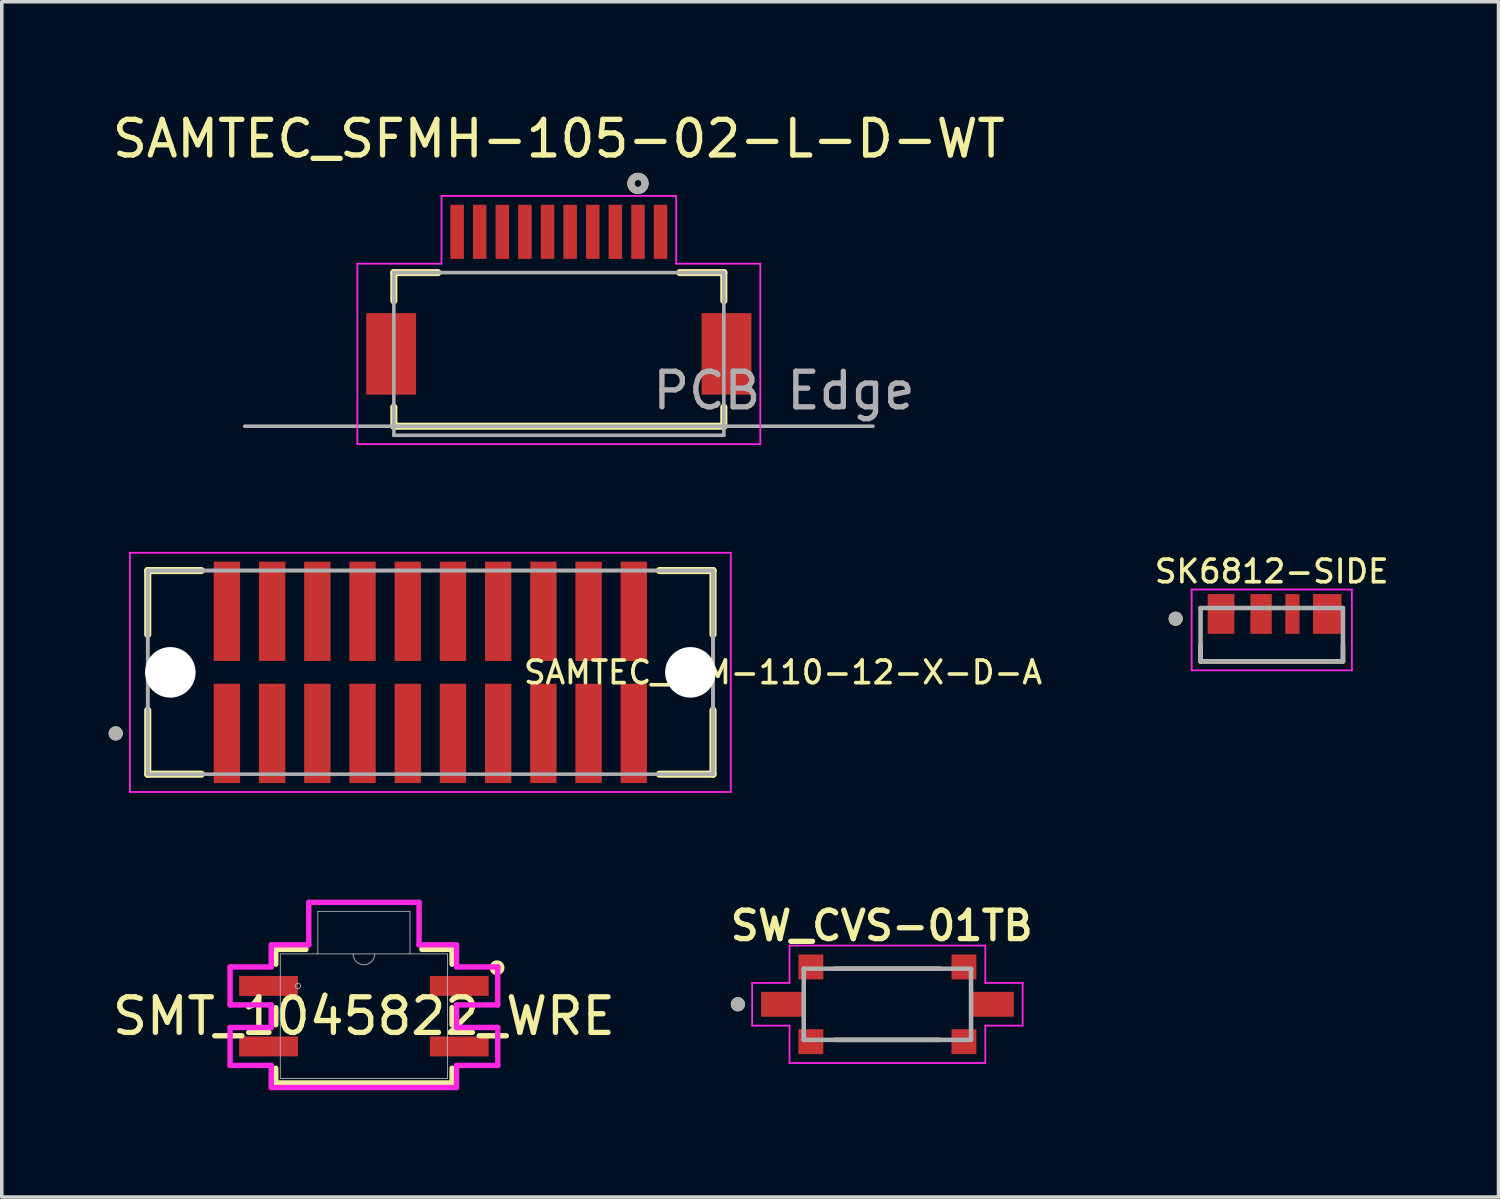
<source format=kicad_pcb>
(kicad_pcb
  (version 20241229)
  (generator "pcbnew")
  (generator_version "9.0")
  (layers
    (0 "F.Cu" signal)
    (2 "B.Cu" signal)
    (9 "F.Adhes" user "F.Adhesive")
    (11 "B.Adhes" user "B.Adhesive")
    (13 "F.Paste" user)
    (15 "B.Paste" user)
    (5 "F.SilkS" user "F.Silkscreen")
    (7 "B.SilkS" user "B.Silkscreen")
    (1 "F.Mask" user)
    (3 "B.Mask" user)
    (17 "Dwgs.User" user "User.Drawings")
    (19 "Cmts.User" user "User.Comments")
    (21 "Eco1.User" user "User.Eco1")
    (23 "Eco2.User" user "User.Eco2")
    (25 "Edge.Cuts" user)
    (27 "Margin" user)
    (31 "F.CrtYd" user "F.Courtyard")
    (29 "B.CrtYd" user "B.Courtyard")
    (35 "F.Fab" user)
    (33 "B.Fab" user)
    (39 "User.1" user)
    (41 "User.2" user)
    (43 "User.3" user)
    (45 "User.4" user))
  (footprint "SAMTEC_TFM-110-12-X-D-A"
    (layer "F.Cu")
    (at 9.04 15.838)
    (property "Reference" "SAMTEC_TFM-110-12-X-D-A" (at 9.906 0 0) (layer "F.SilkS") (effects (font (size 0.635 0.635) (thickness 0.102))))
    (attr through_hole)
    (fp_line (start -7.94 -2.86) (end -7.94 -1.064) (stroke (width 0.2) (type solid)) (layer "F.SilkS"))
    (fp_line (start -7.94 -2.86) (end -6.435 -2.86) (stroke (width 0.2) (type solid)) (layer "F.SilkS"))
    (fp_line (start -7.94 1.064) (end -7.94 2.86) (stroke (width 0.2) (type solid)) (layer "F.SilkS"))
    (fp_line (start -6.435 2.86) (end -7.94 2.86) (stroke (width 0.2) (type solid)) (layer "F.SilkS"))
    (fp_line (start 6.435 -2.86) (end 7.94 -2.86) (stroke (width 0.2) (type solid)) (layer "F.SilkS"))
    (fp_line (start 6.435 2.86) (end 7.94 2.86) (stroke (width 0.2) (type solid)) (layer "F.SilkS"))
    (fp_line (start 7.94 -1.064) (end 7.94 -2.86) (stroke (width 0.2) (type solid)) (layer "F.SilkS"))
    (fp_line (start 7.94 2.86) (end 7.94 1.064) (stroke (width 0.2) (type solid)) (layer "F.SilkS"))
    (fp_circle (center -8.84 1.715) (end -8.74 1.715) (stroke (width 0.2) (type solid)) (fill no) (layer "F.SilkS"))
    (fp_line (start -8.44 -3.36) (end 8.44 -3.36) (stroke (width 0.05) (type solid)) (layer "F.CrtYd"))
    (fp_line (start -8.44 3.36) (end -8.44 -3.36) (stroke (width 0.05) (type solid)) (layer "F.CrtYd"))
    (fp_line (start 8.44 -3.36) (end 8.44 3.36) (stroke (width 0.05) (type solid)) (layer "F.CrtYd"))
    (fp_line (start 8.44 3.36) (end -8.44 3.36) (stroke (width 0.05) (type solid)) (layer "F.CrtYd"))
    (fp_line (start -7.94 -2.86) (end 7.94 -2.86) (stroke (width 0.1) (type solid)) (layer "F.Fab"))
    (fp_line (start -7.94 -2.86) (end 7.94 -2.86) (stroke (width 0.1) (type solid)) (layer "F.Fab"))
    (fp_line (start -7.94 2.86) (end -7.94 -2.86) (stroke (width 0.1) (type solid)) (layer "F.Fab"))
    (fp_line (start -7.94 2.86) (end -7.94 -2.86) (stroke (width 0.1) (type solid)) (layer "F.Fab"))
    (fp_line (start 7.94 -2.86) (end 7.94 2.86) (stroke (width 0.1) (type solid)) (layer "F.Fab"))
    (fp_line (start 7.94 -2.86) (end 7.94 2.86) (stroke (width 0.1) (type solid)) (layer "F.Fab"))
    (fp_line (start 7.94 2.86) (end -7.94 2.86) (stroke (width 0.1) (type solid)) (layer "F.Fab"))
    (fp_circle (center -8.84 1.715) (end -8.74 1.715) (stroke (width 0.2) (type solid)) (fill no) (layer "F.Fab"))
    (pad "" np_thru_hole circle (at -7.305 0) (size 1.42 1.42) (drill 1.42) (layers "*.Cu" "*.Mask"))
    (pad "" np_thru_hole circle (at 7.305 0) (size 1.42 1.42) (drill 1.42) (layers "*.Cu" "*.Mask"))
    (pad "1" smd rect (at -5.715 1.715) (size 0.74 2.79) (layers "F.Cu" "F.Mask" "F.Paste"))
    (pad "2" smd rect (at -5.715 -1.715) (size 0.74 2.79) (layers "F.Cu" "F.Mask" "F.Paste"))
    (pad "3" smd rect (at -4.445 1.715) (size 0.74 2.79) (layers "F.Cu" "F.Mask" "F.Paste"))
    (pad "4" smd rect (at -4.445 -1.715) (size 0.74 2.79) (layers "F.Cu" "F.Mask" "F.Paste"))
    (pad "5" smd rect (at -3.175 1.715) (size 0.74 2.79) (layers "F.Cu" "F.Mask" "F.Paste"))
    (pad "6" smd rect (at -3.175 -1.715) (size 0.74 2.79) (layers "F.Cu" "F.Mask" "F.Paste"))
    (pad "7" smd rect (at -1.905 1.715) (size 0.74 2.79) (layers "F.Cu" "F.Mask" "F.Paste"))
    (pad "8" smd rect (at -1.905 -1.715) (size 0.74 2.79) (layers "F.Cu" "F.Mask" "F.Paste"))
    (pad "9" smd rect (at -0.635 1.715) (size 0.74 2.79) (layers "F.Cu" "F.Mask" "F.Paste"))
    (pad "10" smd rect (at -0.635 -1.715) (size 0.74 2.79) (layers "F.Cu" "F.Mask" "F.Paste"))
    (pad "11" smd rect (at 0.635 1.715) (size 0.74 2.79) (layers "F.Cu" "F.Mask" "F.Paste"))
    (pad "12" smd rect (at 0.635 -1.715) (size 0.74 2.79) (layers "F.Cu" "F.Mask" "F.Paste"))
    (pad "13" smd rect (at 1.905 1.715) (size 0.74 2.79) (layers "F.Cu" "F.Mask" "F.Paste"))
    (pad "14" smd rect (at 1.905 -1.715) (size 0.74 2.79) (layers "F.Cu" "F.Mask" "F.Paste"))
    (pad "15" smd rect (at 3.175 1.715) (size 0.74 2.79) (layers "F.Cu" "F.Mask" "F.Paste"))
    (pad "16" smd rect (at 3.175 -1.715) (size 0.74 2.79) (layers "F.Cu" "F.Mask" "F.Paste"))
    (pad "17" smd rect (at 4.445 1.715) (size 0.74 2.79) (layers "F.Cu" "F.Mask" "F.Paste"))
    (pad "18" smd rect (at 4.445 -1.715) (size 0.74 2.79) (layers "F.Cu" "F.Mask" "F.Paste"))
    (pad "19" smd rect (at 5.715 1.715) (size 0.74 2.79) (layers "F.Cu" "F.Mask" "F.Paste"))
    (pad "20" smd rect (at 5.715 -1.715) (size 0.74 2.79) (layers "F.Cu" "F.Mask" "F.Paste")))
  (footprint "SW_CVS-01TB"
    (layer "F.Cu")
    (at 21.879 25.163)
    (property "Reference" "SW_CVS-01TB" (at -0.16 -2.208 0) (layer "F.SilkS") (effects (font (size 0.8 0.8) (thickness 0.15))))
    (attr through_hole)
    (fp_line (start -1.48 -1) (end 1.48 -1) (stroke (width 0.127) (type solid)) (layer "F.SilkS"))
    (fp_line (start -1.48 1) (end 1.48 1) (stroke (width 0.127) (type solid)) (layer "F.SilkS"))
    (fp_circle (center -4.2 0) (end -4.1 0) (stroke (width 0.2) (type solid)) (fill no) (layer "F.SilkS"))
    (fp_line (start -3.8 -0.6) (end -3.8 0.6) (stroke (width 0.05) (type solid)) (layer "F.CrtYd"))
    (fp_line (start -3.8 0.6) (end -2.75 0.6) (stroke (width 0.05) (type solid)) (layer "F.CrtYd"))
    (fp_line (start -2.75 -1.65) (end -2.75 -0.6) (stroke (width 0.05) (type solid)) (layer "F.CrtYd"))
    (fp_line (start -2.75 -0.6) (end -3.8 -0.6) (stroke (width 0.05) (type solid)) (layer "F.CrtYd"))
    (fp_line (start -2.75 0.6) (end -2.75 1.65) (stroke (width 0.05) (type solid)) (layer "F.CrtYd"))
    (fp_line (start -2.75 1.65) (end 2.75 1.65) (stroke (width 0.05) (type solid)) (layer "F.CrtYd"))
    (fp_line (start 2.75 -1.65) (end -2.75 -1.65) (stroke (width 0.05) (type solid)) (layer "F.CrtYd"))
    (fp_line (start 2.75 -0.6) (end 2.75 -1.65) (stroke (width 0.05) (type solid)) (layer "F.CrtYd"))
    (fp_line (start 2.75 0.6) (end 3.8 0.6) (stroke (width 0.05) (type solid)) (layer "F.CrtYd"))
    (fp_line (start 2.75 1.65) (end 2.75 0.6) (stroke (width 0.05) (type solid)) (layer "F.CrtYd"))
    (fp_line (start 3.8 -0.6) (end 2.75 -0.6) (stroke (width 0.05) (type solid)) (layer "F.CrtYd"))
    (fp_line (start 3.8 0.6) (end 3.8 -0.6) (stroke (width 0.05) (type solid)) (layer "F.CrtYd"))
    (fp_line (start -2.35 -1) (end -2.35 1) (stroke (width 0.127) (type solid)) (layer "F.Fab"))
    (fp_line (start -2.35 1) (end 2.35 1) (stroke (width 0.127) (type solid)) (layer "F.Fab"))
    (fp_line (start 2.35 -1) (end -2.35 -1) (stroke (width 0.127) (type solid)) (layer "F.Fab"))
    (fp_line (start 2.35 1) (end 2.35 -1) (stroke (width 0.127) (type solid)) (layer "F.Fab"))
    (fp_circle (center -4.2 0) (end -4.1 0) (stroke (width 0.2) (type solid)) (fill no) (layer "F.Fab"))
    (pad "1" smd rect (at -2.95 0) (size 1.2 0.7) (layers "F.Cu" "F.Mask" "F.Paste"))
    (pad "2" smd rect (at 2.95 0 180) (size 1.2 0.7) (layers "F.Cu" "F.Mask" "F.Paste"))
    (pad "S1" smd rect (at -2.15 -1.05) (size 0.7 0.7) (layers "F.Cu" "F.Mask" "F.Paste"))
    (pad "S2" smd rect (at -2.15 1.05) (size 0.7 0.7) (layers "F.Cu" "F.Mask" "F.Paste"))
    (pad "S3" smd rect (at 2.15 1.05) (size 0.7 0.7) (layers "F.Cu" "F.Mask" "F.Paste"))
    (pad "S4" smd rect (at 2.15 -1.05) (size 0.7 0.7) (layers "F.Cu" "F.Mask" "F.Paste")))
  (footprint "SAMTEC_SFMH-105-02-L-D-WT"
    (layer "F.Cu")
    (at 12.649 6.893)
    (property "Reference" "SAMTEC_SFMH-105-02-L-D-WT" (at 0 -6.045 0) (layer "F.SilkS") (effects (font (size 1 1) (thickness 0.15))))
    (attr through_hole)
    (fp_line (start -4.635 -2.285) (end -3.397 -2.285) (stroke (width 0.2) (type solid)) (layer "F.SilkS"))
    (fp_line (start -4.635 -1.495) (end -4.635 -2.285) (stroke (width 0.2) (type solid)) (layer "F.SilkS"))
    (fp_line (start -4.635 2.03) (end -4.635 1.495) (stroke (width 0.2) (type solid)) (layer "F.SilkS"))
    (fp_line (start 3.397 -2.285) (end 4.635 -2.285) (stroke (width 0.2) (type solid)) (layer "F.SilkS"))
    (fp_line (start 4.635 -2.285) (end 4.635 -1.495) (stroke (width 0.2) (type solid)) (layer "F.SilkS"))
    (fp_line (start 4.635 1.495) (end 4.635 2.03) (stroke (width 0.2) (type solid)) (layer "F.SilkS"))
    (fp_line (start 4.635 2.03) (end -4.635 2.03) (stroke (width 0.2) (type solid)) (layer "F.SilkS"))
    (fp_circle (center 2.223 -4.79) (end 2.322 -4.79) (stroke (width 0.2) (type solid)) (fill no) (layer "F.SilkS"))
    (fp_line (start -5.66 -2.535) (end -3.297 -2.535) (stroke (width 0.05) (type solid)) (layer "F.CrtYd"))
    (fp_line (start -5.66 2.535) (end -5.66 -2.535) (stroke (width 0.05) (type solid)) (layer "F.CrtYd"))
    (fp_line (start -3.297 -4.44) (end 3.297 -4.44) (stroke (width 0.05) (type solid)) (layer "F.CrtYd"))
    (fp_line (start -3.297 -2.535) (end -3.297 -4.44) (stroke (width 0.05) (type solid)) (layer "F.CrtYd"))
    (fp_line (start 3.297 -4.44) (end 3.297 -2.535) (stroke (width 0.05) (type solid)) (layer "F.CrtYd"))
    (fp_line (start 3.297 -2.535) (end 5.66 -2.535) (stroke (width 0.05) (type solid)) (layer "F.CrtYd"))
    (fp_line (start 5.66 -2.535) (end 5.66 2.535) (stroke (width 0.05) (type solid)) (layer "F.CrtYd"))
    (fp_line (start 5.66 2.535) (end -5.66 2.535) (stroke (width 0.05) (type solid)) (layer "F.CrtYd"))
    (fp_line (start -8.825 2.03) (end 8.825 2.03) (stroke (width 0.1) (type solid)) (layer "F.Fab"))
    (fp_line (start -4.635 -2.285) (end 4.635 -2.285) (stroke (width 0.1) (type solid)) (layer "F.Fab"))
    (fp_line (start -4.635 2.285) (end -4.635 -2.285) (stroke (width 0.1) (type solid)) (layer "F.Fab"))
    (fp_line (start 4.635 -2.285) (end 4.635 2.285) (stroke (width 0.1) (type solid)) (layer "F.Fab"))
    (fp_line (start 4.635 2.285) (end -4.635 2.285) (stroke (width 0.1) (type solid)) (layer "F.Fab"))
    (fp_circle (center 2.223 -4.79) (end 2.322 -4.79) (stroke (width 0.2) (type solid)) (fill no) (layer "F.Fab"))
    (fp_text user "PCB Edge" (at 6.325 1.03 0) (layer "F.Fab") (effects (font (size 1 1) (thickness 0.15))))
    (pad "1" smd rect (at 2.223 -3.43) (size 0.38 1.52) (layers "F.Cu" "F.Mask" "F.Paste"))
    (pad "2" smd rect (at 2.857 -3.43) (size 0.38 1.52) (layers "F.Cu" "F.Mask" "F.Paste"))
    (pad "3" smd rect (at 0.953 -3.43) (size 0.38 1.52) (layers "F.Cu" "F.Mask" "F.Paste"))
    (pad "4" smd rect (at 1.587 -3.43) (size 0.38 1.52) (layers "F.Cu" "F.Mask" "F.Paste"))
    (pad "5" smd rect (at -0.318 -3.43) (size 0.38 1.52) (layers "F.Cu" "F.Mask" "F.Paste"))
    (pad "6" smd rect (at 0.318 -3.43) (size 0.38 1.52) (layers "F.Cu" "F.Mask" "F.Paste"))
    (pad "7" smd rect (at -1.587 -3.43) (size 0.38 1.52) (layers "F.Cu" "F.Mask" "F.Paste"))
    (pad "8" smd rect (at -0.953 -3.43) (size 0.38 1.52) (layers "F.Cu" "F.Mask" "F.Paste"))
    (pad "9" smd rect (at -2.857 -3.43) (size 0.38 1.52) (layers "F.Cu" "F.Mask" "F.Paste"))
    (pad "10" smd rect (at -2.223 -3.43) (size 0.38 1.52) (layers "F.Cu" "F.Mask" "F.Paste"))
    (pad "S1" smd rect (at -4.71 0) (size 1.4 2.29) (layers "F.Cu" "F.Mask" "F.Paste"))
    (pad "S2" smd rect (at 4.71 0) (size 1.4 2.29) (layers "F.Cu" "F.Mask" "F.Paste")))
  (footprint "SMT_1045822_WRE"
    (layer "F.Cu")
    (at 7.173 25.497)
    (property "Reference" "SMT_1045822_WRE" (at 0 0 0) (unlocked yes) (layer "F.SilkS") (effects (font (size 1 1) (thickness 0.15))))
    (attr smd)
    (fp_line (start -2.477 -1.877) (end -2.477 -1.462) (stroke (width 0.152) (type solid)) (layer "F.SilkS"))
    (fp_line (start -2.477 -0.238) (end -2.477 0.238) (stroke (width 0.152) (type solid)) (layer "F.SilkS"))
    (fp_line (start -2.477 1.462) (end -2.477 1.877) (stroke (width 0.152) (type solid)) (layer "F.SilkS"))
    (fp_line (start -2.477 1.877) (end 2.477 1.877) (stroke (width 0.152) (type solid)) (layer "F.SilkS"))
    (fp_line (start -1.628 -1.877) (end -2.477 -1.877) (stroke (width 0.152) (type solid)) (layer "F.SilkS"))
    (fp_line (start 2.477 -1.877) (end 1.628 -1.877) (stroke (width 0.152) (type solid)) (layer "F.SilkS"))
    (fp_line (start 2.477 -1.462) (end 2.477 -1.877) (stroke (width 0.152) (type solid)) (layer "F.SilkS"))
    (fp_line (start 2.477 0.238) (end 2.477 -0.238) (stroke (width 0.152) (type solid)) (layer "F.SilkS"))
    (fp_line (start 2.477 1.877) (end 2.477 1.462) (stroke (width 0.152) (type solid)) (layer "F.SilkS"))
    (fp_circle (center 3.74 -1.36) (end 3.796 -1.349) (stroke (width 0.152) (type solid)) (fill no) (layer "F.SilkS"))
    (fp_line (start -3.759 -1.383) (end -3.759 -0.317) (stroke (width 0.152) (type solid)) (layer "F.CrtYd"))
    (fp_line (start -3.759 -0.317) (end -2.603 -0.317) (stroke (width 0.152) (type solid)) (layer "F.CrtYd"))
    (fp_line (start -3.759 0.317) (end -3.759 1.383) (stroke (width 0.152) (type solid)) (layer "F.CrtYd"))
    (fp_line (start -3.759 1.383) (end -2.603 1.383) (stroke (width 0.152) (type solid)) (layer "F.CrtYd"))
    (fp_line (start -2.603 -2.004) (end -2.603 -1.383) (stroke (width 0.152) (type solid)) (layer "F.CrtYd"))
    (fp_line (start -2.603 -1.383) (end -3.759 -1.383) (stroke (width 0.152) (type solid)) (layer "F.CrtYd"))
    (fp_line (start -2.603 -0.317) (end -2.603 0.317) (stroke (width 0.152) (type solid)) (layer "F.CrtYd"))
    (fp_line (start -2.603 0.317) (end -3.759 0.317) (stroke (width 0.152) (type solid)) (layer "F.CrtYd"))
    (fp_line (start -2.603 1.383) (end -2.603 2.004) (stroke (width 0.152) (type solid)) (layer "F.CrtYd"))
    (fp_line (start -2.603 2.004) (end 2.603 2.004) (stroke (width 0.152) (type solid)) (layer "F.CrtYd"))
    (fp_line (start -1.549 -3.198) (end -1.549 -2.004) (stroke (width 0.152) (type solid)) (layer "F.CrtYd"))
    (fp_line (start -1.549 -2.004) (end -2.603 -2.004) (stroke (width 0.152) (type solid)) (layer "F.CrtYd"))
    (fp_line (start 1.549 -3.198) (end -1.549 -3.198) (stroke (width 0.152) (type solid)) (layer "F.CrtYd"))
    (fp_line (start 1.549 -2.004) (end 1.549 -3.198) (stroke (width 0.152) (type solid)) (layer "F.CrtYd"))
    (fp_line (start 2.603 -2.004) (end 1.549 -2.004) (stroke (width 0.152) (type solid)) (layer "F.CrtYd"))
    (fp_line (start 2.603 -1.383) (end 2.603 -2.004) (stroke (width 0.152) (type solid)) (layer "F.CrtYd"))
    (fp_line (start 2.603 -0.317) (end 3.759 -0.317) (stroke (width 0.152) (type solid)) (layer "F.CrtYd"))
    (fp_line (start 2.603 0.317) (end 2.603 -0.317) (stroke (width 0.152) (type solid)) (layer "F.CrtYd"))
    (fp_line (start 2.603 1.383) (end 3.759 1.383) (stroke (width 0.152) (type solid)) (layer "F.CrtYd"))
    (fp_line (start 2.603 2.004) (end 2.603 1.383) (stroke (width 0.152) (type solid)) (layer "F.CrtYd"))
    (fp_line (start 3.759 -1.383) (end 2.603 -1.383) (stroke (width 0.152) (type solid)) (layer "F.CrtYd"))
    (fp_line (start 3.759 -0.317) (end 3.759 -1.383) (stroke (width 0.152) (type solid)) (layer "F.CrtYd"))
    (fp_line (start 3.759 0.317) (end 2.603 0.317) (stroke (width 0.152) (type solid)) (layer "F.CrtYd"))
    (fp_line (start 3.759 1.383) (end 3.759 0.317) (stroke (width 0.152) (type solid)) (layer "F.CrtYd"))
    (fp_line (start -2.349 -1.75) (end -2.349 1.75) (stroke (width 0.025) (type solid)) (layer "F.Fab"))
    (fp_line (start -2.349 1.75) (end 2.349 1.75) (stroke (width 0.025) (type solid)) (layer "F.Fab"))
    (fp_line (start -1.295 -2.944) (end 1.295 -2.944) (stroke (width 0.025) (type solid)) (layer "F.Fab"))
    (fp_line (start -1.295 -1.75) (end -1.295 -2.944) (stroke (width 0.025) (type solid)) (layer "F.Fab"))
    (fp_line (start 1.295 -2.944) (end 1.295 -1.75) (stroke (width 0.025) (type solid)) (layer "F.Fab"))
    (fp_line (start 2.349 -1.75) (end -2.349 -1.75) (stroke (width 0.025) (type solid)) (layer "F.Fab"))
    (fp_line (start 2.349 1.75) (end 2.349 -1.75) (stroke (width 0.025) (type solid)) (layer "F.Fab"))
    (fp_arc (start 0.3048 -1.75) (mid 0 -1.4452) (end -0.3048 -1.75) (stroke (width 0.0254) (type solid)) (layer "F.Fab"))
    (fp_circle (center -1.854 -0.85) (end -1.778 -0.85) (stroke (width 0.025) (type solid)) (fill no) (layer "F.Fab"))
    (pad "1" smd rect (at 2.679 -0.85) (size 1.651 0.559) (layers "F.Cu" "F.Mask" "F.Paste"))
    (pad "2" smd rect (at 2.679 0.85) (size 1.651 0.559) (layers "F.Cu" "F.Mask" "F.Paste"))
    (pad "3" smd rect (at -2.679 -0.85) (size 1.651 0.559) (layers "F.Cu" "F.Mask" "F.Paste"))
    (pad "4" smd rect (at -2.679 0.85) (size 1.651 0.559) (layers "F.Cu" "F.Mask" "F.Paste")))
  (footprint "SK6812-SIDE"
    (layer "F.Cu")
    (at 32.677 14.781)
    (property "Reference" "SK6812-SIDE" (at 0 -1.778 0) (layer "F.SilkS") (effects (font (size 0.635 0.635) (thickness 0.102))))
    (attr smd)
    (fp_line (start -2 0.75) (end -2 0.295) (stroke (width 0.127) (type solid)) (layer "F.SilkS"))
    (fp_line (start 2 0.295) (end 2 0.75) (stroke (width 0.127) (type solid)) (layer "F.SilkS"))
    (fp_line (start 2 0.75) (end -2 0.75) (stroke (width 0.127) (type solid)) (layer "F.SilkS"))
    (fp_circle (center -2.7 -0.45) (end -2.6 -0.45) (stroke (width 0.2) (type solid)) (fill no) (layer "F.SilkS"))
    (fp_line (start -2.25 -1.27) (end 2.25 -1.27) (stroke (width 0.05) (type solid)) (layer "F.CrtYd"))
    (fp_line (start -2.25 1) (end -2.25 -1.27) (stroke (width 0.05) (type solid)) (layer "F.CrtYd"))
    (fp_line (start 2.25 -1.27) (end 2.25 1) (stroke (width 0.05) (type solid)) (layer "F.CrtYd"))
    (fp_line (start 2.25 1) (end -2.25 1) (stroke (width 0.05) (type solid)) (layer "F.CrtYd"))
    (fp_line (start -2 -0.75) (end 2 -0.75) (stroke (width 0.127) (type solid)) (layer "F.Fab"))
    (fp_line (start -2 0.75) (end -2 -0.75) (stroke (width 0.127) (type solid)) (layer "F.Fab"))
    (fp_line (start 2 -0.75) (end 2 0.75) (stroke (width 0.127) (type solid)) (layer "F.Fab"))
    (fp_line (start 2 0.75) (end -2 0.75) (stroke (width 0.127) (type solid)) (layer "F.Fab"))
    (fp_circle (center -2.7 -0.45) (end -2.6 -0.45) (stroke (width 0.2) (type solid)) (fill no) (layer "F.Fab"))
    (pad "1" smd rect (at -1.425 -0.584) (size 0.75 1.118) (layers "F.Cu" "F.Mask" "F.Paste"))
    (pad "2" smd rect (at -0.3 -0.584) (size 0.6 1.118) (layers "F.Cu" "F.Mask" "F.Paste"))
    (pad "3" smd rect (at 0.58 -0.584) (size 0.4 1.118) (layers "F.Cu" "F.Mask" "F.Paste"))
    (pad "4" smd rect (at 1.56 -0.584) (size 0.8 1.118) (layers "F.Cu" "F.Mask" "F.Paste")))
  (gr_rect
    (start -3 -3)
    (end 39.047 30.578)
    (stroke (width 0.1) (type default))
    (fill no)
    (layer "Edge.Cuts")))
</source>
